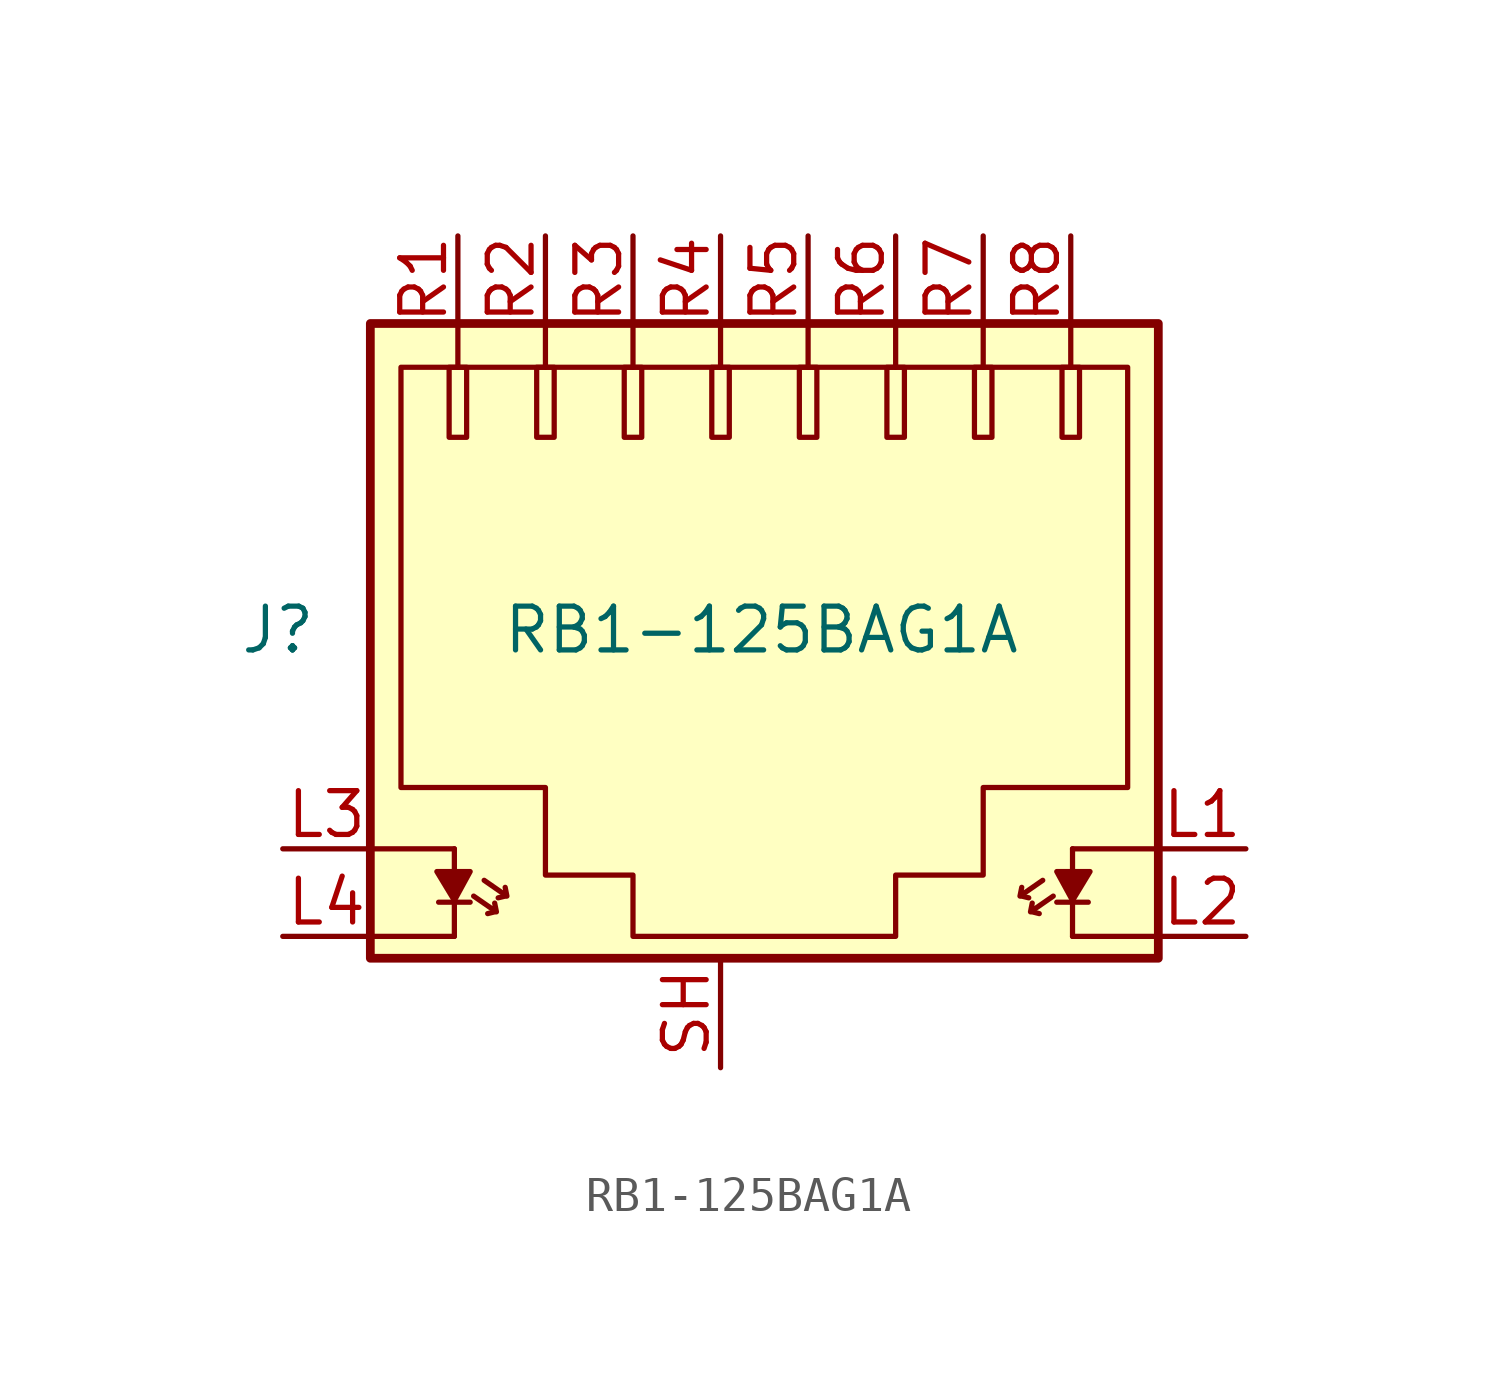
<source format=kicad_sym>
(kicad_symbol_lib
  (version 20220914)
  (generator kicad_symbol_editor)
  (symbol "RB1-125BAG1A"
    (pin_names
      (offset 1.016))
    (property "Reference" "J"
      (at -13.97 1.27 0)
      (effects (font (size 1.27 1.27)) (justify left)))
    (property "Value" "RB1-125BAG1A"
      (at -6.35 1.27 0)
      (effects (font (size 1.27 1.27)) (justify left)))
    (symbol "RB1-125BAG1A_1_1"
      (rectangle (start -10.16 10.16) (end 12.7 -8.255) (stroke (width 0.254) (type solid)) (fill (type background)))
      (rectangle (start -7.874 8.89) (end -7.366 6.858) (stroke (width 0) (type solid)) (fill (type none)))
      (rectangle (start -5.334 8.89) (end -4.826 6.858) (stroke (width 0) (type solid)) (fill (type none)))
      (rectangle (start -2.794 8.89) (end -2.286 6.858) (stroke (width 0) (type solid)) (fill (type none)))
      (rectangle (start -0.254 8.89) (end 0.254 6.858) (stroke (width 0) (type solid)) (fill (type none)))
      (polyline (pts (xy -10.16 -7.62) (xy -7.722 -7.62)) (stroke (width 0) (type solid)) (fill (type none)))
      (polyline (pts (xy -10.16 -5.08) (xy -7.722 -5.08)) (stroke (width 0) (type solid)) (fill (type none)))
      (polyline (pts (xy -8.179 -6.629) (xy -7.264 -6.629)) (stroke (width 0) (type solid)) (fill (type none)))
      (polyline (pts (xy -7.722 -6.68) (xy -7.722 -7.62)) (stroke (width 0) (type solid)) (fill (type none)))
      (polyline (pts (xy -7.722 -5.74) (xy -7.722 -5.08)) (stroke (width 0) (type solid)) (fill (type none)))
      (polyline (pts (xy -7.62 10.16) (xy -7.62 8.89)) (stroke (width 0) (type solid)) (fill (type none)))
      (polyline (pts (xy -6.553 -6.909) (xy -6.756 -6.96)) (stroke (width 0) (type solid)) (fill (type none)))
      (polyline (pts (xy -6.248 -6.452) (xy -6.452 -6.502)) (stroke (width 0) (type solid)) (fill (type none)))
      (polyline (pts (xy -5.08 10.16) (xy -5.08 8.89)) (stroke (width 0) (type solid)) (fill (type none)))
      (polyline (pts (xy -2.54 10.16) (xy -2.54 8.89)) (stroke (width 0) (type solid)) (fill (type none)))
      (polyline (pts (xy 0 10.16) (xy 0 8.89)) (stroke (width 0) (type solid)) (fill (type none)))
      (polyline (pts (xy 2.54 10.16) (xy 2.54 8.89)) (stroke (width 0) (type solid)) (fill (type none)))
      (polyline (pts (xy 5.08 10.16) (xy 5.08 8.89)) (stroke (width 0) (type solid)) (fill (type none)))
      (polyline (pts (xy 7.62 10.16) (xy 7.62 8.89)) (stroke (width 0) (type solid)) (fill (type none)))
      (polyline (pts (xy 8.738 -6.452) (xy 8.941 -6.502)) (stroke (width 0) (type solid)) (fill (type none)))
      (polyline (pts (xy 9.042 -6.909) (xy 9.246 -6.96)) (stroke (width 0) (type solid)) (fill (type none)))
      (polyline (pts (xy 10.16 10.16) (xy 10.16 8.89)) (stroke (width 0) (type solid)) (fill (type none)))
      (polyline (pts (xy 10.211 -6.68) (xy 10.211 -7.62)) (stroke (width 0) (type solid)) (fill (type none)))
      (polyline (pts (xy 10.211 -5.74) (xy 10.211 -5.08)) (stroke (width 0) (type solid)) (fill (type none)))
      (polyline (pts (xy 10.668 -6.629) (xy 9.754 -6.629)) (stroke (width 0) (type solid)) (fill (type none)))
      (polyline (pts (xy 12.649 -7.62) (xy 10.211 -7.62)) (stroke (width 0) (type solid)) (fill (type none)))
      (polyline (pts (xy 12.649 -5.08) (xy 10.211 -5.08)) (stroke (width 0) (type solid)) (fill (type none)))
      (polyline (pts (xy -7.163 -6.452) (xy -6.502 -6.909) (xy -6.553 -6.655)) (stroke (width 0) (type solid)) (fill (type none)))
      (polyline (pts (xy -6.858 -5.994) (xy -6.198 -6.452) (xy -6.248 -6.198)) (stroke (width 0) (type solid)) (fill (type none)))
      (polyline (pts (xy 9.347 -5.994) (xy 8.687 -6.452) (xy 8.738 -6.198)) (stroke (width 0) (type solid)) (fill (type none)))
      (polyline (pts (xy 9.652 -6.452) (xy 8.992 -6.909) (xy 9.042 -6.655)) (stroke (width 0) (type solid)) (fill (type none)))
      (polyline (pts (xy -8.23 -5.74) (xy -7.264 -5.74) (xy -7.722 -6.579) (xy -8.23 -5.74)) (stroke (width 0) (type solid)) (fill (type outline)))
      (polyline (pts (xy 10.719 -5.74) (xy 9.754 -5.74) (xy 10.211 -6.579) (xy 10.719 -5.74)) (stroke (width 0) (type solid)) (fill (type outline)))
      (polyline (pts (xy -9.271 8.89) (xy 11.811 8.89) (xy 11.811 -3.302) (xy 7.62 -3.302) (xy 7.62 -5.842) (xy 5.08 -5.842) (xy 5.08 -7.62) (xy -2.54 -7.62) (xy -2.54 -5.842) (xy -5.08 -5.842) (xy -5.08 -3.302) (xy -9.271 -3.302) (xy -9.271 8.89)) (stroke (width 0) (type solid)) (fill (type none)))
      (rectangle (start 2.286 8.89) (end 2.794 6.858) (stroke (width 0) (type solid)) (fill (type none)))
      (rectangle (start 4.826 8.89) (end 5.334 6.858) (stroke (width 0) (type solid)) (fill (type none)))
      (rectangle (start 7.366 8.89) (end 7.874 6.858) (stroke (width 0) (type solid)) (fill (type none)))
      (rectangle (start 9.906 8.89) (end 10.414 6.858) (stroke (width 0) (type solid)) (fill (type none)))
      (pin passive line (at 15.24 -5.08 180) (length 2.54) (name "~" (effects (font (size 1.27 1.27)))) (number "L1" (effects (font (size 1.27 1.27)))))
      (pin passive line (at 15.24 -7.62 180) (length 2.54) (name "~" (effects (font (size 1.27 1.27)))) (number "L2" (effects (font (size 1.27 1.27)))))
      (pin passive line (at -12.7 -5.08 0) (length 2.54) (name "~" (effects (font (size 1.27 1.27)))) (number "L3" (effects (font (size 1.27 1.27)))))
      (pin passive line (at -12.7 -7.62 0) (length 2.54) (name "~" (effects (font (size 1.27 1.27)))) (number "L4" (effects (font (size 1.27 1.27)))))
      (pin passive line (at -7.62 12.7 270) (length 2.54) (name "~" (effects (font (size 1.27 1.27)))) (number "R1" (effects (font (size 1.27 1.27)))))
      (pin passive line (at -5.08 12.7 270) (length 2.54) (name "~" (effects (font (size 1.27 1.27)))) (number "R2" (effects (font (size 1.27 1.27)))))
      (pin passive line (at -2.54 12.7 270) (length 2.54) (name "~" (effects (font (size 1.27 1.27)))) (number "R3" (effects (font (size 1.27 1.27)))))
      (pin passive line (at 0 12.7 270) (length 2.54) (name "~" (effects (font (size 1.27 1.27)))) (number "R4" (effects (font (size 1.27 1.27)))))
      (pin passive line (at 2.54 12.7 270) (length 2.54) (name "~" (effects (font (size 1.27 1.27)))) (number "R5" (effects (font (size 1.27 1.27)))))
      (pin passive line (at 5.08 12.7 270) (length 2.54) (name "~" (effects (font (size 1.27 1.27)))) (number "R6" (effects (font (size 1.27 1.27)))))
      (pin passive line (at 7.62 12.7 270) (length 2.54) (name "~" (effects (font (size 1.27 1.27)))) (number "R7" (effects (font (size 1.27 1.27)))))
      (pin passive line (at 10.16 12.7 270) (length 2.54) (name "~" (effects (font (size 1.27 1.27)))) (number "R8" (effects (font (size 1.27 1.27)))))
      (pin passive line (at 0 -11.43 90) (length 3.175) (name "~" (effects (font (size 1.27 1.27)))) (number "SH" (effects (font (size 1.27 1.27))))))))
</source>
